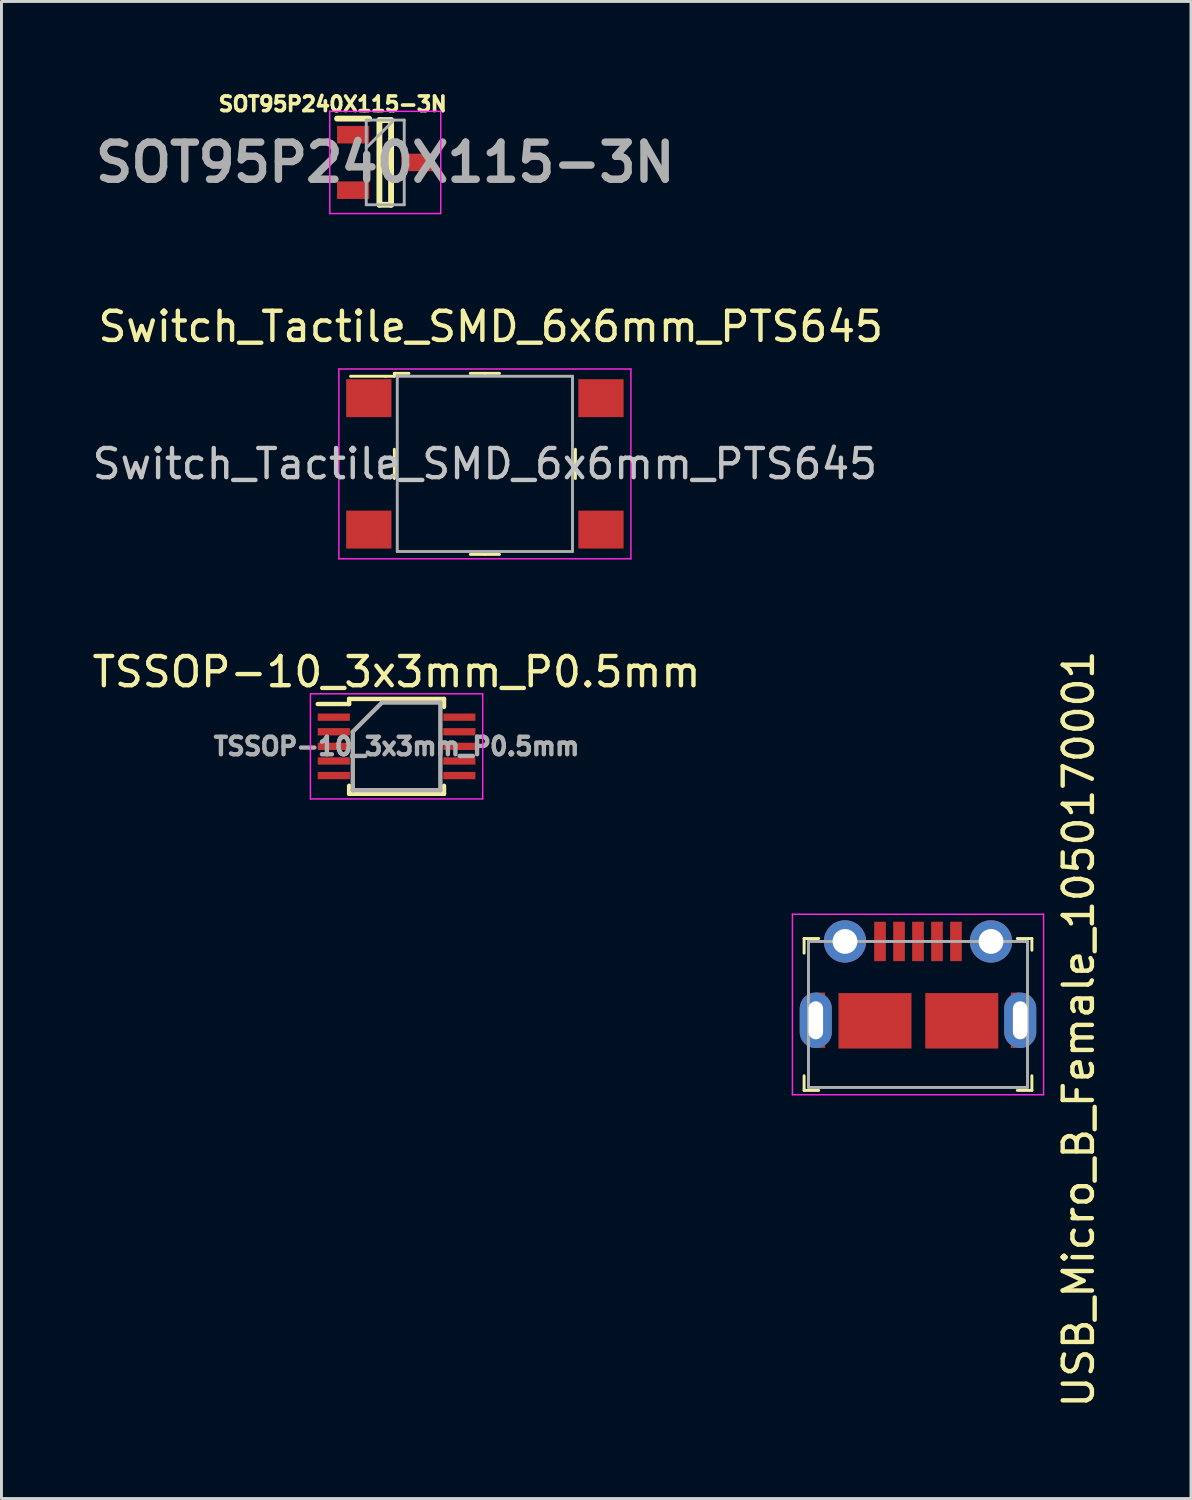
<source format=kicad_pcb>
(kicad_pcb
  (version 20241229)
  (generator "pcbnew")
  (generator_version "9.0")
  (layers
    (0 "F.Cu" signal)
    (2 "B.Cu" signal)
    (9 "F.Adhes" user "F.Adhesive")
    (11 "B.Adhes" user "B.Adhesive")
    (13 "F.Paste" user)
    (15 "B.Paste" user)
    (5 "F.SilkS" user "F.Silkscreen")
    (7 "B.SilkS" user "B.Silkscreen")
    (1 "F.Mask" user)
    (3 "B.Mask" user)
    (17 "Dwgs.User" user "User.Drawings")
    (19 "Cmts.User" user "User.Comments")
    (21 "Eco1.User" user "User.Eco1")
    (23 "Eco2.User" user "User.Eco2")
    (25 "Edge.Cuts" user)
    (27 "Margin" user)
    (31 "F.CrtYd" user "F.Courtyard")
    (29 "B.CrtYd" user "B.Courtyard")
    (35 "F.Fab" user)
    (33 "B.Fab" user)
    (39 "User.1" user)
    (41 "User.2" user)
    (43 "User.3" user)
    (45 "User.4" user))
  (footprint "TSSOP-10_3x3mm_P0.5mm"
    (layer "F.Cu")
    (at 10.53 22.508)
    (property "Reference" "TSSOP-10_3x3mm_P0.5mm" (at 0 -2.55 0) (layer "F.SilkS") (effects (font (size 1 1) (thickness 0.15))))
    (attr smd)
    (fp_line (start -1.625 -1.625) (end -1.625 -1.45) (stroke (width 0.15) (type solid)) (layer "F.SilkS"))
    (fp_line (start -1.625 -1.625) (end 1.625 -1.625) (stroke (width 0.15) (type solid)) (layer "F.SilkS"))
    (fp_line (start -1.625 -1.45) (end -2.7 -1.45) (stroke (width 0.15) (type solid)) (layer "F.SilkS"))
    (fp_line (start -1.625 1.625) (end -1.625 1.35) (stroke (width 0.15) (type solid)) (layer "F.SilkS"))
    (fp_line (start -1.625 1.625) (end 1.625 1.625) (stroke (width 0.15) (type solid)) (layer "F.SilkS"))
    (fp_line (start 1.625 -1.625) (end 1.625 -1.35) (stroke (width 0.15) (type solid)) (layer "F.SilkS"))
    (fp_line (start 1.625 1.625) (end 1.625 1.35) (stroke (width 0.15) (type solid)) (layer "F.SilkS"))
    (fp_line (start -2.95 -1.8) (end -2.95 1.8) (stroke (width 0.05) (type solid)) (layer "F.CrtYd"))
    (fp_line (start -2.95 -1.8) (end 2.95 -1.8) (stroke (width 0.05) (type solid)) (layer "F.CrtYd"))
    (fp_line (start -2.95 1.8) (end 2.95 1.8) (stroke (width 0.05) (type solid)) (layer "F.CrtYd"))
    (fp_line (start 2.95 -1.8) (end 2.95 1.8) (stroke (width 0.05) (type solid)) (layer "F.CrtYd"))
    (fp_line (start -1.5 -0.5) (end -0.5 -1.5) (stroke (width 0.15) (type solid)) (layer "F.Fab"))
    (fp_line (start -1.5 1.5) (end -1.5 -0.5) (stroke (width 0.15) (type solid)) (layer "F.Fab"))
    (fp_line (start -0.5 -1.5) (end 1.5 -1.5) (stroke (width 0.15) (type solid)) (layer "F.Fab"))
    (fp_line (start 1.5 -1.5) (end 1.5 1.5) (stroke (width 0.15) (type solid)) (layer "F.Fab"))
    (fp_line (start 1.5 1.5) (end -1.5 1.5) (stroke (width 0.15) (type solid)) (layer "F.Fab"))
    (fp_text user "${REFERENCE}" (at 0 0 0) (layer "F.Fab") (effects (font (size 0.6 0.6) (thickness 0.15))))
    (pad "1" smd rect (at -2.15 -1) (size 1.1 0.25) (layers "F.Cu" "F.Mask" "F.Paste"))
    (pad "2" smd rect (at -2.15 -0.5) (size 1.1 0.25) (layers "F.Cu" "F.Mask" "F.Paste"))
    (pad "3" smd rect (at -2.15 0) (size 1.1 0.25) (layers "F.Cu" "F.Mask" "F.Paste"))
    (pad "4" smd rect (at -2.15 0.5) (size 1.1 0.25) (layers "F.Cu" "F.Mask" "F.Paste"))
    (pad "5" smd rect (at -2.15 1) (size 1.1 0.25) (layers "F.Cu" "F.Mask" "F.Paste"))
    (pad "6" smd rect (at 2.15 1) (size 1.1 0.25) (layers "F.Cu" "F.Mask" "F.Paste"))
    (pad "7" smd rect (at 2.15 0.5) (size 1.1 0.25) (layers "F.Cu" "F.Mask" "F.Paste"))
    (pad "8" smd rect (at 2.15 0) (size 1.1 0.25) (layers "F.Cu" "F.Mask" "F.Paste"))
    (pad "9" smd rect (at 2.15 -0.5) (size 1.1 0.25) (layers "F.Cu" "F.Mask" "F.Paste"))
    (pad "10" smd rect (at 2.15 -1) (size 1.1 0.25) (layers "F.Cu" "F.Mask" "F.Paste")))
  (footprint "Switch_Tactile_SMD_6x6mm_PTS645"
    (layer "F.Cu")
    (at 13.554 12.835)
    (property "Reference" "Switch_Tactile_SMD_6x6mm_PTS645" (at 0.2 -4.7 180) (layer "F.SilkS") (effects (font (size 1 1) (thickness 0.15))))
    (attr through_hole)
    (fp_line (start -3.4 -3) (end -4.6 -3) (stroke (width 0.1) (type solid)) (layer "F.SilkS"))
    (fp_line (start -3.1 -3.1) (end -3.1 -3) (stroke (width 0.1) (type solid)) (layer "F.SilkS"))
    (fp_line (start -3.1 -3) (end -3.4 -3) (stroke (width 0.1) (type solid)) (layer "F.SilkS"))
    (fp_line (start -3.1 0) (end -3.1 -0.5) (stroke (width 0.1) (type solid)) (layer "F.SilkS"))
    (fp_line (start -3.1 0) (end -3.1 0.5) (stroke (width 0.1) (type solid)) (layer "F.SilkS"))
    (fp_line (start -2.6 -3.1) (end -3.1 -3.1) (stroke (width 0.1) (type solid)) (layer "F.SilkS"))
    (fp_line (start 0 -3.1) (end -0.5 -3.1) (stroke (width 0.1) (type solid)) (layer "F.SilkS"))
    (fp_line (start 0 -3.1) (end 0.5 -3.1) (stroke (width 0.1) (type solid)) (layer "F.SilkS"))
    (fp_line (start 0 3.1) (end -0.5 3.1) (stroke (width 0.1) (type solid)) (layer "F.SilkS"))
    (fp_line (start 0 3.1) (end 0.5 3.1) (stroke (width 0.1) (type solid)) (layer "F.SilkS"))
    (fp_line (start 3.1 0) (end 3.1 -0.5) (stroke (width 0.1) (type solid)) (layer "F.SilkS"))
    (fp_line (start 3.1 0) (end 3.1 0.5) (stroke (width 0.1) (type solid)) (layer "F.SilkS"))
    (fp_line (start -5 -3.25) (end -5 3.25) (stroke (width 0.05) (type solid)) (layer "F.CrtYd"))
    (fp_line (start 5 -3.25) (end -5 -3.25) (stroke (width 0.05) (type solid)) (layer "F.CrtYd"))
    (fp_line (start 5 -3.25) (end 5 3.25) (stroke (width 0.05) (type solid)) (layer "F.CrtYd"))
    (fp_line (start 5 3.25) (end -5 3.25) (stroke (width 0.05) (type solid)) (layer "F.CrtYd"))
    (fp_line (start -3 -3) (end -3 3) (stroke (width 0.1) (type solid)) (layer "F.Fab"))
    (fp_line (start -3 -3) (end 3 -3) (stroke (width 0.1) (type solid)) (layer "F.Fab"))
    (fp_line (start -3 3) (end 3 3) (stroke (width 0.1) (type solid)) (layer "F.Fab"))
    (fp_line (start 3 3) (end 3 -3) (stroke (width 0.1) (type solid)) (layer "F.Fab"))
    (fp_text user "${REFERENCE}" (at 0 0 180) (layer "Dwgs.User") (effects (font (size 1 1) (thickness 0.15))))
    (pad "1" smd rect (at -3.975 -2.25) (size 1.55 1.3) (layers "F.Cu" "F.Mask" "F.Paste"))
    (pad "2" smd rect (at 3.975 -2.25) (size 1.55 1.3) (layers "F.Cu" "F.Mask" "F.Paste"))
    (pad "3" smd rect (at -3.975 2.25) (size 1.55 1.3) (layers "F.Cu" "F.Mask" "F.Paste"))
    (pad "4" smd rect (at 3.975 2.25) (size 1.55 1.3) (layers "F.Cu" "F.Mask" "F.Paste")))
  (footprint "SOT95P240X115-3N"
    (layer "F.Cu")
    (at 10.142 2.512)
    (property "Reference" "SOT95P240X115-3N" (at -1.8 -2 180) (layer "F.SilkS") (effects (font (size 0.5 0.5) (thickness 0.125))))
    (attr smd)
    (fp_line (start -1.65 -1.5) (end -0.55 -1.5) (stroke (width 0.2) (type solid)) (layer "F.SilkS"))
    (fp_line (start -0.2 -1.45) (end 0.2 -1.45) (stroke (width 0.2) (type solid)) (layer "F.SilkS"))
    (fp_line (start -0.2 1.45) (end -0.2 -1.45) (stroke (width 0.2) (type solid)) (layer "F.SilkS"))
    (fp_line (start 0.2 -1.45) (end 0.2 1.45) (stroke (width 0.2) (type solid)) (layer "F.SilkS"))
    (fp_line (start 0.2 1.45) (end -0.2 1.45) (stroke (width 0.2) (type solid)) (layer "F.SilkS"))
    (fp_line (start -1.9 -1.75) (end 1.9 -1.75) (stroke (width 0.05) (type solid)) (layer "F.CrtYd"))
    (fp_line (start -1.9 1.75) (end -1.9 -1.75) (stroke (width 0.05) (type solid)) (layer "F.CrtYd"))
    (fp_line (start 1.9 -1.75) (end 1.9 1.75) (stroke (width 0.05) (type solid)) (layer "F.CrtYd"))
    (fp_line (start 1.9 1.75) (end -1.9 1.75) (stroke (width 0.05) (type solid)) (layer "F.CrtYd"))
    (fp_line (start -0.65 -1.45) (end 0.65 -1.45) (stroke (width 0.1) (type solid)) (layer "F.Fab"))
    (fp_line (start -0.65 -0.5) (end 0.3 -1.45) (stroke (width 0.1) (type solid)) (layer "F.Fab"))
    (fp_line (start -0.65 1.45) (end -0.65 -1.45) (stroke (width 0.1) (type solid)) (layer "F.Fab"))
    (fp_line (start 0.65 -1.45) (end 0.65 1.45) (stroke (width 0.1) (type solid)) (layer "F.Fab"))
    (fp_line (start 0.65 1.45) (end -0.65 1.45) (stroke (width 0.1) (type solid)) (layer "F.Fab"))
    (fp_text user "${REFERENCE}" (at 0 0 180) (layer "F.Fab") (effects (font (size 1.27 1.27) (thickness 0.254))))
    (pad "1" smd rect (at -1.1 -0.95 90) (size 0.6 1.1) (layers "F.Cu" "F.Paste"))
    (pad "2" smd rect (at -1.1 0.95 90) (size 0.6 1.1) (layers "F.Cu" "F.Paste"))
    (pad "3" smd rect (at 1.1 0 90) (size 0.6 1.1) (layers "F.Cu" "F.Paste")))
  (footprint "USB_Micro_B_Female_1050170001"
    (layer "F.Cu")
    (at 28.385 29.188)
    (property "Reference" "USB_Micro_B_Female_1050170001" (at 5.5 3 90) (layer "F.SilkS") (effects (font (size 1 1) (thickness 0.15))))
    (attr through_hole)
    (fp_line (start -3.9 -0.1) (end -3.9 0.4) (stroke (width 0.1) (type solid)) (layer "F.SilkS"))
    (fp_line (start -3.9 -0.1) (end -3.4 -0.1) (stroke (width 0.1) (type solid)) (layer "F.SilkS"))
    (fp_line (start -3.9 5.1) (end -3.9 4.6) (stroke (width 0.1) (type solid)) (layer "F.SilkS"))
    (fp_line (start -3.9 5.1) (end -3.4 5.1) (stroke (width 0.1) (type solid)) (layer "F.SilkS"))
    (fp_line (start 3.9 -0.1) (end 3.4 -0.1) (stroke (width 0.1) (type solid)) (layer "F.SilkS"))
    (fp_line (start 3.9 -0.1) (end 3.9 0.3) (stroke (width 0.1) (type solid)) (layer "F.SilkS"))
    (fp_line (start 3.9 5.1) (end 3.4 5.1) (stroke (width 0.1) (type solid)) (layer "F.SilkS"))
    (fp_line (start 3.9 5.1) (end 3.9 4.6) (stroke (width 0.1) (type solid)) (layer "F.SilkS"))
    (fp_line (start -4.3 -0.93) (end -4.3 5.25) (stroke (width 0.05) (type solid)) (layer "F.CrtYd"))
    (fp_line (start -4.3 -0.93) (end 4.3 -0.93) (stroke (width 0.05) (type solid)) (layer "F.CrtYd"))
    (fp_line (start -4.3 5.25) (end 4.3 5.25) (stroke (width 0.05) (type solid)) (layer "F.CrtYd"))
    (fp_line (start 4.3 -0.93) (end 4.3 5.25) (stroke (width 0.05) (type solid)) (layer "F.CrtYd"))
    (fp_line (start -3.75 0) (end -3.75 5) (stroke (width 0.1) (type solid)) (layer "F.Fab"))
    (fp_line (start -3.75 0) (end 3.75 0) (stroke (width 0.1) (type solid)) (layer "F.Fab"))
    (fp_line (start -3.75 5) (end 3.75 5) (stroke (width 0.1) (type solid)) (layer "F.Fab"))
    (fp_line (start 3.75 0) (end 3.75 5) (stroke (width 0.1) (type solid)) (layer "F.Fab"))
    (pad "1" smd rect (at -1.3 0) (size 0.4 1.35) (layers "F.Cu" "F.Mask" "F.Paste"))
    (pad "2" smd rect (at -0.65 0) (size 0.4 1.35) (layers "F.Cu" "F.Mask" "F.Paste"))
    (pad "3" smd rect (at 0 0) (size 0.4 1.35) (layers "F.Cu" "F.Mask" "F.Paste"))
    (pad "4" smd rect (at 0.65 0) (size 0.4 1.35) (layers "F.Cu" "F.Mask" "F.Paste"))
    (pad "5" smd rect (at 1.3 0) (size 0.4 1.35) (layers "F.Cu" "F.Mask" "F.Paste"))
    (pad "6" thru_hole oval (at -3.5 2.7) (size 1.1 1.9) (drill oval 0.5 1.3) (layers "*.Cu" "*.Mask"))
    (pad "6" thru_hole circle (at -2.5 0) (size 1.45 1.45) (drill 0.85) (layers "*.Cu" "*.Mask"))
    (pad "6" smd rect (at -1.473 2.718) (size 2.5 1.9) (layers "F.Cu" "F.Mask" "F.Paste"))
    (pad "6" smd rect (at 1.499 2.718) (size 2.5 1.9) (layers "F.Cu" "F.Mask" "F.Paste"))
    (pad "6" thru_hole circle (at 2.5 0) (size 1.45 1.45) (drill 0.85) (layers "*.Cu" "*.Mask"))
    (pad "6" thru_hole oval (at 3.5 2.7) (size 1.1 1.9) (drill oval 0.5 1.3) (layers "*.Cu" "*.Mask"))
    (pad "SH" smd rect (at -3.33 1.87) (size 0.3 0.24) (layers "F.Cu" "F.Mask" "F.Paste"))
    (pad "SH" smd rect (at -3.33 3.53) (size 0.3 0.24) (layers "F.Cu" "F.Mask" "F.Paste"))
    (pad "SH" smd rect (at 3.33 1.87) (size 0.3 0.24) (layers "F.Cu" "F.Mask" "F.Paste"))
    (pad "SH" smd rect (at 3.33 3.53) (size 0.3 0.24) (layers "F.Cu" "F.Mask" "F.Paste")))
  (gr_rect
    (start -3 -3)
    (end 37.733 48.265)
    (stroke (width 0.1) (type default))
    (fill no)
    (layer "Edge.Cuts")))
</source>
